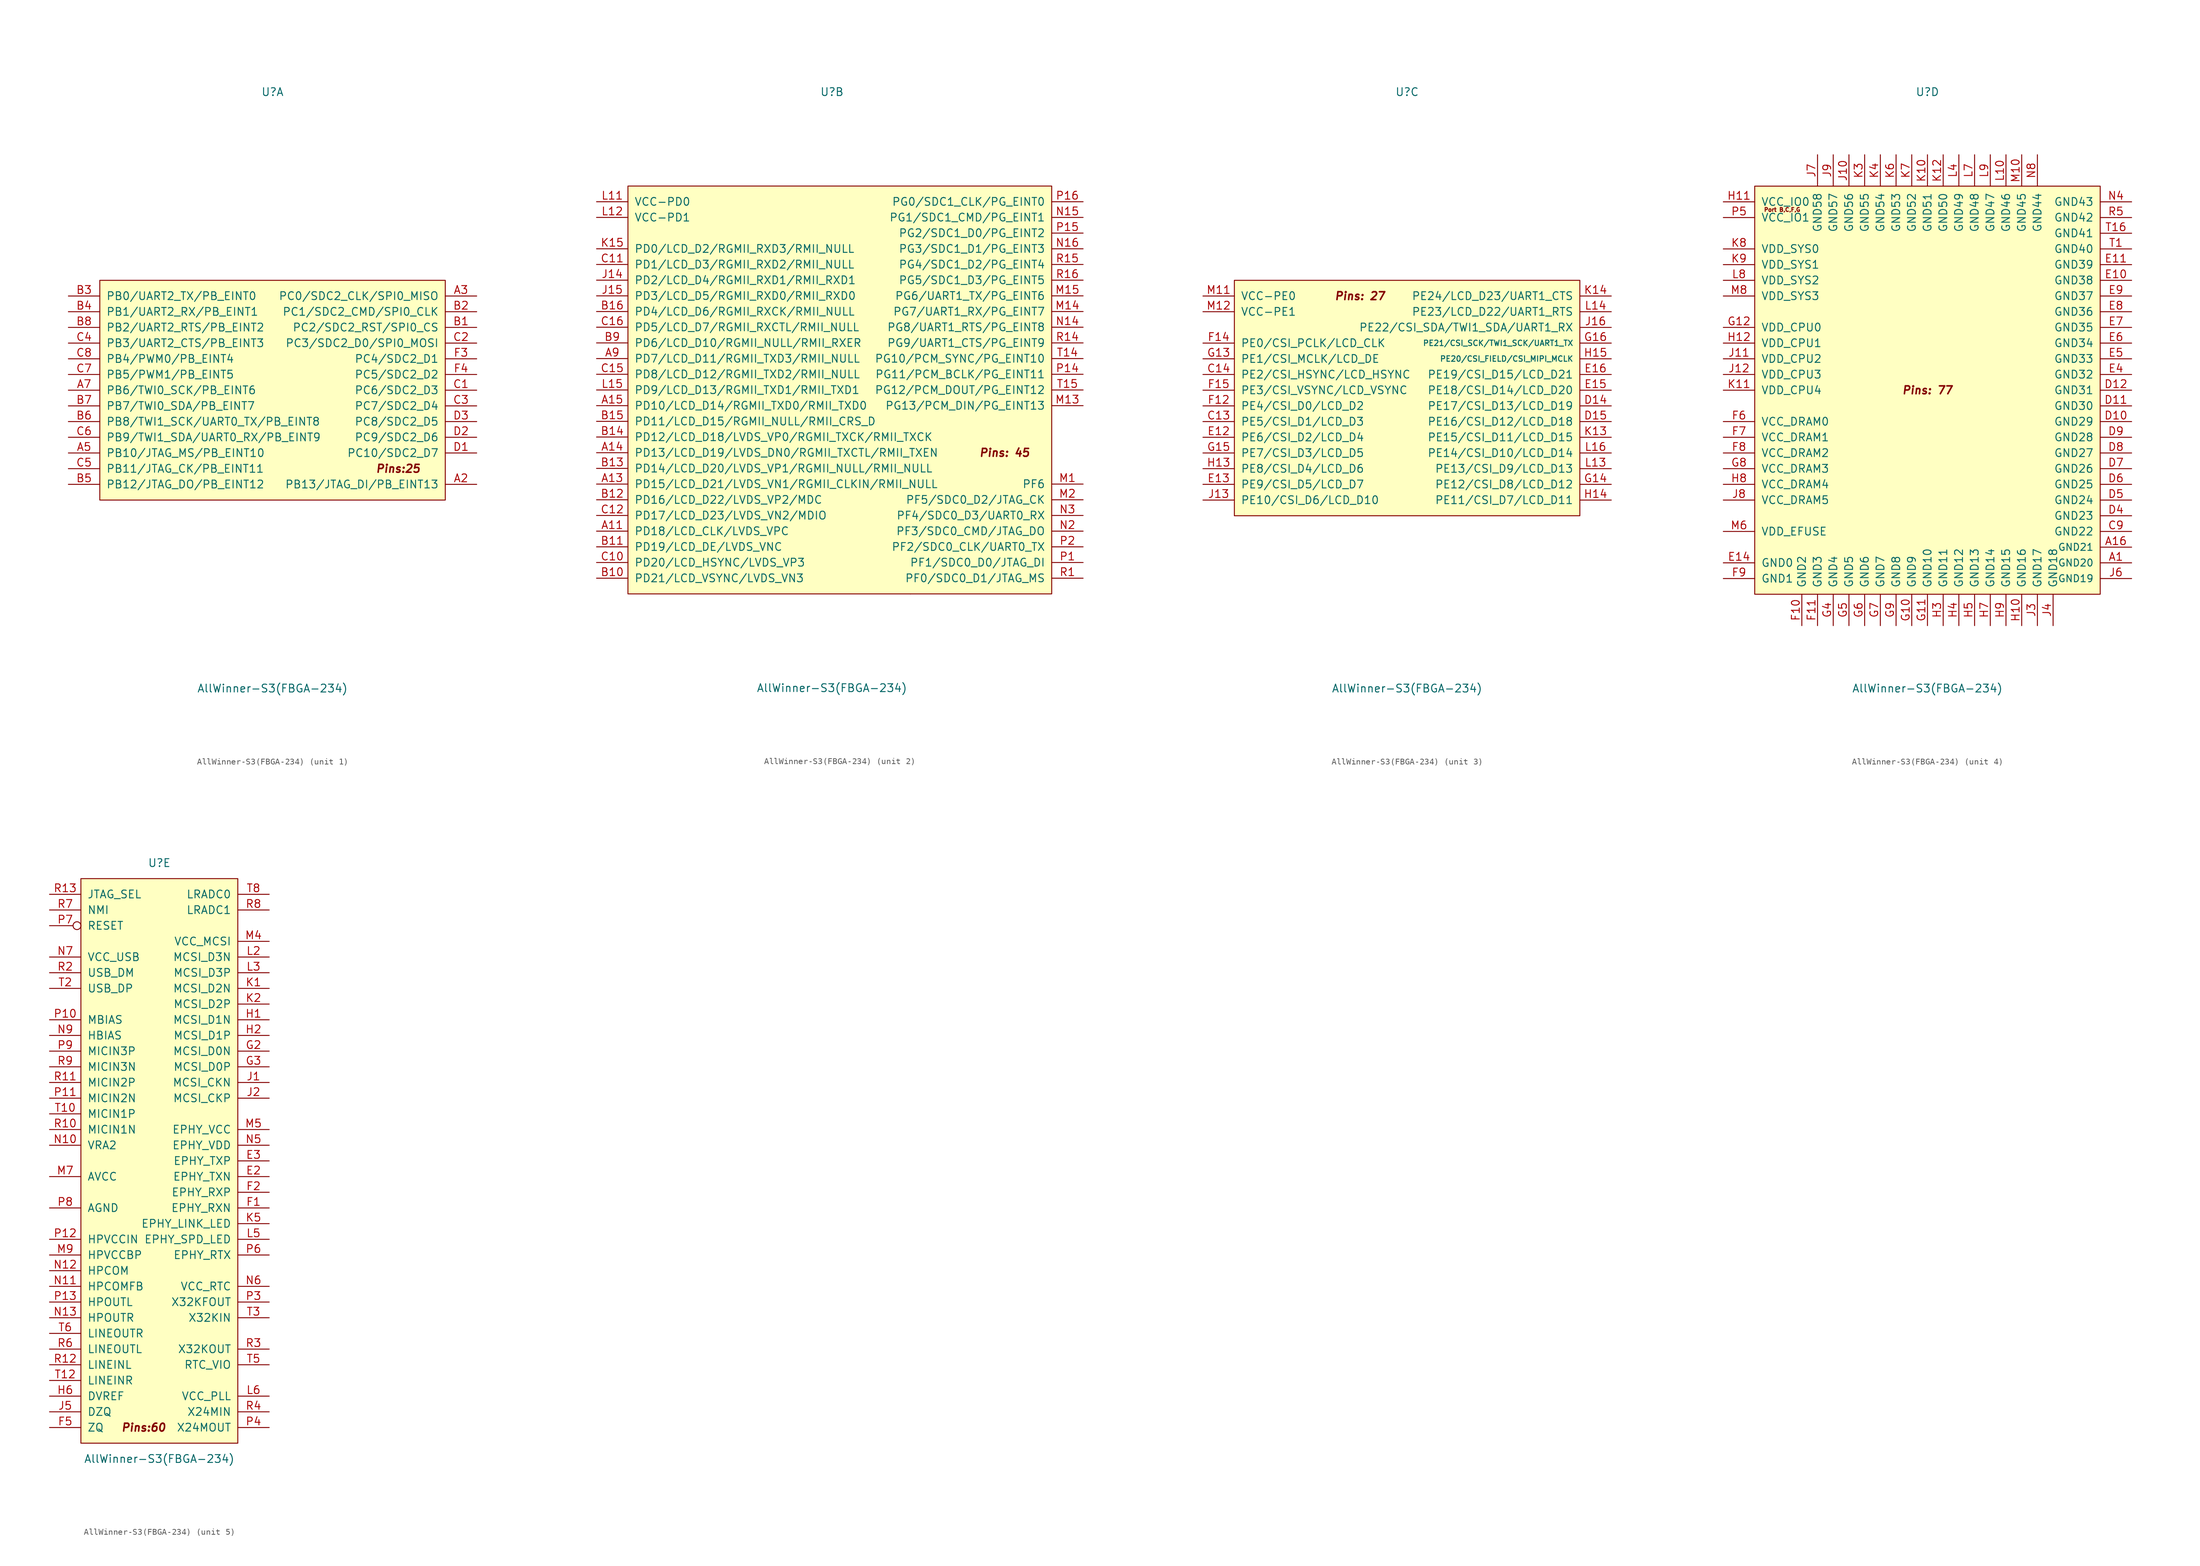
<source format=kicad_sym>
(kicad_symbol_lib
  (version 20220914)
  (generator kicad_symbol_editor)
  (symbol "AllWinner-S3(FBGA-234)"
    (pin_names
      (offset 1.016))
    (property "Reference" "U"
      (at 0 48.26 0)
      (effects (font (size 1.27 1.27))))
    (property "Value" "AllWinner-S3(FBGA-234)"
      (at 0 -48.26 0)
      (effects (font (size 1.27 1.27))))
    (symbol "AllWinner-S3(FBGA-234)_1_0"
      (rectangle (start 27.94 17.78) (end -27.94 -17.78) (stroke (width 0) (type solid)) (fill (type background)))
      (text "Pins:25" (at 20.32 -12.7 0) (effects (font (size 1.27 1.27) bold italic))))
    (symbol "AllWinner-S3(FBGA-234)_1_1"
      (pin bidirectional line (at 33.02 -15.24 180) (length 5.08) (name "PB13/JTAG_DI/PB_EINT13" (effects (font (size 1.27 1.27)))) (number "A2" (effects (font (size 1.27 1.27)))))
      (pin bidirectional line (at 33.02 15.24 180) (length 5.08) (name "PC0/SDC2_CLK/SPI0_MISO" (effects (font (size 1.27 1.27)))) (number "A3" (effects (font (size 1.27 1.27)))))
      (pin bidirectional line (at -33.02 -10.16 0) (length 5.08) (name "PB10/JTAG_MS/PB_EINT10" (effects (font (size 1.27 1.27)))) (number "A5" (effects (font (size 1.27 1.27)))))
      (pin bidirectional line (at -33.02 0 0) (length 5.08) (name "PB6/TWI0_SCK/PB_EINT6" (effects (font (size 1.27 1.27)))) (number "A7" (effects (font (size 1.27 1.27)))))
      (pin bidirectional line (at 33.02 10.16 180) (length 5.08) (name "PC2/SDC2_RST/SPI0_CS" (effects (font (size 1.27 1.27)))) (number "B1" (effects (font (size 1.27 1.27)))))
      (pin bidirectional line (at 33.02 12.7 180) (length 5.08) (name "PC1/SDC2_CMD/SPI0_CLK" (effects (font (size 1.27 1.27)))) (number "B2" (effects (font (size 1.27 1.27)))))
      (pin bidirectional line (at -33.02 15.24 0) (length 5.08) (name "PB0/UART2_TX/PB_EINT0" (effects (font (size 1.27 1.27)))) (number "B3" (effects (font (size 1.27 1.27)))))
      (pin bidirectional line (at -33.02 12.7 0) (length 5.08) (name "PB1/UART2_RX/PB_EINT1" (effects (font (size 1.27 1.27)))) (number "B4" (effects (font (size 1.27 1.27)))))
      (pin bidirectional line (at -33.02 -15.24 0) (length 5.08) (name "PB12/JTAG_DO/PB_EINT12" (effects (font (size 1.27 1.27)))) (number "B5" (effects (font (size 1.27 1.27)))))
      (pin bidirectional line (at -33.02 -5.08 0) (length 5.08) (name "PB8/TWI1_SCK/UART0_TX/PB_EINT8" (effects (font (size 1.27 1.27)))) (number "B6" (effects (font (size 1.27 1.27)))))
      (pin bidirectional line (at -33.02 -2.54 0) (length 5.08) (name "PB7/TWI0_SDA/PB_EINT7" (effects (font (size 1.27 1.27)))) (number "B7" (effects (font (size 1.27 1.27)))))
      (pin bidirectional line (at -33.02 10.16 0) (length 5.08) (name "PB2/UART2_RTS/PB_EINT2" (effects (font (size 1.27 1.27)))) (number "B8" (effects (font (size 1.27 1.27)))))
      (pin bidirectional line (at 33.02 0 180) (length 5.08) (name "PC6/SDC2_D3" (effects (font (size 1.27 1.27)))) (number "C1" (effects (font (size 1.27 1.27)))))
      (pin bidirectional line (at 33.02 7.62 180) (length 5.08) (name "PC3/SDC2_D0/SPI0_MOSI" (effects (font (size 1.27 1.27)))) (number "C2" (effects (font (size 1.27 1.27)))))
      (pin bidirectional line (at 33.02 -2.54 180) (length 5.08) (name "PC7/SDC2_D4" (effects (font (size 1.27 1.27)))) (number "C3" (effects (font (size 1.27 1.27)))))
      (pin bidirectional line (at -33.02 7.62 0) (length 5.08) (name "PB3/UART2_CTS/PB_EINT3" (effects (font (size 1.27 1.27)))) (number "C4" (effects (font (size 1.27 1.27)))))
      (pin bidirectional line (at -33.02 -12.7 0) (length 5.08) (name "PB11/JTAG_CK/PB_EINT11" (effects (font (size 1.27 1.27)))) (number "C5" (effects (font (size 1.27 1.27)))))
      (pin bidirectional line (at -33.02 -7.62 0) (length 5.08) (name "PB9/TWI1_SDA/UART0_RX/PB_EINT9" (effects (font (size 1.27 1.27)))) (number "C6" (effects (font (size 1.27 1.27)))))
      (pin bidirectional line (at -33.02 2.54 0) (length 5.08) (name "PB5/PWM1/PB_EINT5" (effects (font (size 1.27 1.27)))) (number "C7" (effects (font (size 1.27 1.27)))))
      (pin bidirectional line (at -33.02 5.08 0) (length 5.08) (name "PB4/PWM0/PB_EINT4" (effects (font (size 1.27 1.27)))) (number "C8" (effects (font (size 1.27 1.27)))))
      (pin bidirectional line (at 33.02 -10.16 180) (length 5.08) (name "PC10/SDC2_D7" (effects (font (size 1.27 1.27)))) (number "D1" (effects (font (size 1.27 1.27)))))
      (pin bidirectional line (at 33.02 -7.62 180) (length 5.08) (name "PC9/SDC2_D6" (effects (font (size 1.27 1.27)))) (number "D2" (effects (font (size 1.27 1.27)))))
      (pin bidirectional line (at 33.02 -5.08 180) (length 5.08) (name "PC8/SDC2_D5" (effects (font (size 1.27 1.27)))) (number "D3" (effects (font (size 1.27 1.27)))))
      (pin bidirectional line (at 33.02 5.08 180) (length 5.08) (name "PC4/SDC2_D1" (effects (font (size 1.27 1.27)))) (number "F3" (effects (font (size 1.27 1.27)))))
      (pin bidirectional line (at 33.02 2.54 180) (length 5.08) (name "PC5/SDC2_D2" (effects (font (size 1.27 1.27)))) (number "F4" (effects (font (size 1.27 1.27))))))
    (symbol "AllWinner-S3(FBGA-234)_2_0"
      (rectangle (start -33.02 33.02) (end 35.56 -33.02) (stroke (width 0) (type solid)) (fill (type background)))
      (rectangle (start 12.7 -33.02) (end 12.7 -33.02) (stroke (width 0) (type solid)) (fill (type none)))
      (text "Pins: 45" (at 27.94 -10.16 0) (effects (font (size 1.27 1.27) bold italic))))
    (symbol "AllWinner-S3(FBGA-234)_2_1"
      (pin bidirectional line (at -38.1 -22.86 0) (length 5.08) (name "PD18/LCD_CLK/LVDS_VPC" (effects (font (size 1.27 1.27)))) (number "A11" (effects (font (size 1.27 1.27)))))
      (pin bidirectional line (at -38.1 -15.24 0) (length 5.08) (name "PD15/LCD_D21/LVDS_VN1/RGMII_CLKIN/RMII_NULL" (effects (font (size 1.27 1.27)))) (number "A13" (effects (font (size 1.27 1.27)))))
      (pin bidirectional line (at -38.1 -10.16 0) (length 5.08) (name "PD13/LCD_D19/LVDS_DN0/RGMII_TXCTL/RMII_TXEN" (effects (font (size 1.27 1.27)))) (number "A14" (effects (font (size 1.27 1.27)))))
      (pin bidirectional line (at -38.1 -2.54 0) (length 5.08) (name "PD10/LCD_D14/RGMII_TXD0/RMII_TXD0" (effects (font (size 1.27 1.27)))) (number "A15" (effects (font (size 1.27 1.27)))))
      (pin bidirectional line (at -38.1 5.08 0) (length 5.08) (name "PD7/LCD_D11/RGMII_TXD3/RMII_NULL" (effects (font (size 1.27 1.27)))) (number "A9" (effects (font (size 1.27 1.27)))))
      (pin bidirectional line (at -38.1 -30.48 0) (length 5.08) (name "PD21/LCD_VSYNC/LVDS_VN3" (effects (font (size 1.27 1.27)))) (number "B10" (effects (font (size 1.27 1.27)))))
      (pin bidirectional line (at -38.1 -25.4 0) (length 5.08) (name "PD19/LCD_DE/LVDS_VNC" (effects (font (size 1.27 1.27)))) (number "B11" (effects (font (size 1.27 1.27)))))
      (pin bidirectional line (at -38.1 -17.78 0) (length 5.08) (name "PD16/LCD_D22/LVDS_VP2/MDC" (effects (font (size 1.27 1.27)))) (number "B12" (effects (font (size 1.27 1.27)))))
      (pin bidirectional line (at -38.1 -12.7 0) (length 5.08) (name "PD14/LCD_D20/LVDS_VP1/RGMII_NULL/RMII_NULL" (effects (font (size 1.27 1.27)))) (number "B13" (effects (font (size 1.27 1.27)))))
      (pin bidirectional line (at -38.1 -7.62 0) (length 5.08) (name "PD12/LCD_D18/LVDS_VP0/RGMII_TXCK/RMII_TXCK" (effects (font (size 1.27 1.27)))) (number "B14" (effects (font (size 1.27 1.27)))))
      (pin bidirectional line (at -38.1 -5.08 0) (length 5.08) (name "PD11/LCD_D15/RGMII_NULL/RMII_CRS_D" (effects (font (size 1.27 1.27)))) (number "B15" (effects (font (size 1.27 1.27)))))
      (pin bidirectional line (at -38.1 12.7 0) (length 5.08) (name "PD4/LCD_D6/RGMII_RXCK/RMII_NULL" (effects (font (size 1.27 1.27)))) (number "B16" (effects (font (size 1.27 1.27)))))
      (pin bidirectional line (at -38.1 7.62 0) (length 5.08) (name "PD6/LCD_D10/RGMII_NULL/RMII_RXER" (effects (font (size 1.27 1.27)))) (number "B9" (effects (font (size 1.27 1.27)))))
      (pin bidirectional line (at -38.1 -27.94 0) (length 5.08) (name "PD20/LCD_HSYNC/LVDS_VP3" (effects (font (size 1.27 1.27)))) (number "C10" (effects (font (size 1.27 1.27)))))
      (pin bidirectional line (at -38.1 20.32 0) (length 5.08) (name "PD1/LCD_D3/RGMII_RXD2/RMII_NULL" (effects (font (size 1.27 1.27)))) (number "C11" (effects (font (size 1.27 1.27)))))
      (pin bidirectional line (at -38.1 -20.32 0) (length 5.08) (name "PD17/LCD_D23/LVDS_VN2/MDIO" (effects (font (size 1.27 1.27)))) (number "C12" (effects (font (size 1.27 1.27)))))
      (pin bidirectional line (at -38.1 2.54 0) (length 5.08) (name "PD8/LCD_D12/RGMII_TXD2/RMII_NULL" (effects (font (size 1.27 1.27)))) (number "C15" (effects (font (size 1.27 1.27)))))
      (pin bidirectional line (at -38.1 10.16 0) (length 5.08) (name "PD5/LCD_D7/RGMII_RXCTL/RMII_NULL" (effects (font (size 1.27 1.27)))) (number "C16" (effects (font (size 1.27 1.27)))))
      (pin bidirectional line (at -38.1 17.78 0) (length 5.08) (name "PD2/LCD_D4/RGMII_RXD1/RMII_RXD1" (effects (font (size 1.27 1.27)))) (number "J14" (effects (font (size 1.27 1.27)))))
      (pin bidirectional line (at -38.1 15.24 0) (length 5.08) (name "PD3/LCD_D5/RGMII_RXD0/RMII_RXD0" (effects (font (size 1.27 1.27)))) (number "J15" (effects (font (size 1.27 1.27)))))
      (pin bidirectional line (at -38.1 22.86 0) (length 5.08) (name "PD0/LCD_D2/RGMII_RXD3/RMII_NULL" (effects (font (size 1.27 1.27)))) (number "K15" (effects (font (size 1.27 1.27)))))
      (pin power_in line (at -38.1 30.48 0) (length 5.08) (name "VCC-PD0" (effects (font (size 1.27 1.27)))) (number "L11" (effects (font (size 1.27 1.27)))))
      (pin power_in line (at -38.1 27.94 0) (length 5.08) (name "VCC-PD1" (effects (font (size 1.27 1.27)))) (number "L12" (effects (font (size 1.27 1.27)))))
      (pin bidirectional line (at -38.1 0 0) (length 5.08) (name "PD9/LCD_D13/RGMII_TXD1/RMII_TXD1" (effects (font (size 1.27 1.27)))) (number "L15" (effects (font (size 1.27 1.27)))))
      (pin bidirectional line (at 40.64 -15.24 180) (length 5.08) (name "PF6" (effects (font (size 1.27 1.27)))) (number "M1" (effects (font (size 1.27 1.27)))))
      (pin bidirectional line (at 40.64 -2.54 180) (length 5.08) (name "PG13/PCM_DIN/PG_EINT13" (effects (font (size 1.27 1.27)))) (number "M13" (effects (font (size 1.27 1.27)))))
      (pin bidirectional line (at 40.64 12.7 180) (length 5.08) (name "PG7/UART1_RX/PG_EINT7" (effects (font (size 1.27 1.27)))) (number "M14" (effects (font (size 1.27 1.27)))))
      (pin bidirectional line (at 40.64 15.24 180) (length 5.08) (name "PG6/UART1_TX/PG_EINT6" (effects (font (size 1.27 1.27)))) (number "M15" (effects (font (size 1.27 1.27)))))
      (pin bidirectional line (at 40.64 -17.78 180) (length 5.08) (name "PF5/SDC0_D2/JTAG_CK" (effects (font (size 1.27 1.27)))) (number "M2" (effects (font (size 1.27 1.27)))))
      (pin bidirectional line (at 40.64 10.16 180) (length 5.08) (name "PG8/UART1_RTS/PG_EINT8" (effects (font (size 1.27 1.27)))) (number "N14" (effects (font (size 1.27 1.27)))))
      (pin bidirectional line (at 40.64 27.94 180) (length 5.08) (name "PG1/SDC1_CMD/PG_EINT1" (effects (font (size 1.27 1.27)))) (number "N15" (effects (font (size 1.27 1.27)))))
      (pin bidirectional line (at 40.64 22.86 180) (length 5.08) (name "PG3/SDC1_D1/PG_EINT3" (effects (font (size 1.27 1.27)))) (number "N16" (effects (font (size 1.27 1.27)))))
      (pin bidirectional line (at 40.64 -22.86 180) (length 5.08) (name "PF3/SDC0_CMD/JTAG_DO" (effects (font (size 1.27 1.27)))) (number "N2" (effects (font (size 1.27 1.27)))))
      (pin bidirectional line (at 40.64 -20.32 180) (length 5.08) (name "PF4/SDC0_D3/UART0_RX" (effects (font (size 1.27 1.27)))) (number "N3" (effects (font (size 1.27 1.27)))))
      (pin bidirectional line (at 40.64 -27.94 180) (length 5.08) (name "PF1/SDC0_D0/JTAG_DI" (effects (font (size 1.27 1.27)))) (number "P1" (effects (font (size 1.27 1.27)))))
      (pin bidirectional line (at 40.64 2.54 180) (length 5.08) (name "PG11/PCM_BCLK/PG_EINT11" (effects (font (size 1.27 1.27)))) (number "P14" (effects (font (size 1.27 1.27)))))
      (pin bidirectional line (at 40.64 25.4 180) (length 5.08) (name "PG2/SDC1_D0/PG_EINT2" (effects (font (size 1.27 1.27)))) (number "P15" (effects (font (size 1.27 1.27)))))
      (pin bidirectional line (at 40.64 30.48 180) (length 5.08) (name "PG0/SDC1_CLK/PG_EINT0" (effects (font (size 1.27 1.27)))) (number "P16" (effects (font (size 1.27 1.27)))))
      (pin bidirectional line (at 40.64 -25.4 180) (length 5.08) (name "PF2/SDC0_CLK/UART0_TX" (effects (font (size 1.27 1.27)))) (number "P2" (effects (font (size 1.27 1.27)))))
      (pin bidirectional line (at 40.64 -30.48 180) (length 5.08) (name "PF0/SDC0_D1/JTAG_MS" (effects (font (size 1.27 1.27)))) (number "R1" (effects (font (size 1.27 1.27)))))
      (pin bidirectional line (at 40.64 7.62 180) (length 5.08) (name "PG9/UART1_CTS/PG_EINT9" (effects (font (size 1.27 1.27)))) (number "R14" (effects (font (size 1.27 1.27)))))
      (pin bidirectional line (at 40.64 20.32 180) (length 5.08) (name "PG4/SDC1_D2/PG_EINT4" (effects (font (size 1.27 1.27)))) (number "R15" (effects (font (size 1.27 1.27)))))
      (pin bidirectional line (at 40.64 17.78 180) (length 5.08) (name "PG5/SDC1_D3/PG_EINT5" (effects (font (size 1.27 1.27)))) (number "R16" (effects (font (size 1.27 1.27)))))
      (pin bidirectional line (at 40.64 5.08 180) (length 5.08) (name "PG10/PCM_SYNC/PG_EINT10" (effects (font (size 1.27 1.27)))) (number "T14" (effects (font (size 1.27 1.27)))))
      (pin bidirectional line (at 40.64 0 180) (length 5.08) (name "PG12/PCM_DOUT/PG_EINT12" (effects (font (size 1.27 1.27)))) (number "T15" (effects (font (size 1.27 1.27))))))
    (symbol "AllWinner-S3(FBGA-234)_3_0"
      (rectangle (start -27.94 17.78) (end 27.94 -20.32) (stroke (width 0) (type solid)) (fill (type background)))
      (text "Pins: 27" (at -7.62 15.24 0) (effects (font (size 1.27 1.27) bold italic))))
    (symbol "AllWinner-S3(FBGA-234)_3_1"
      (pin bidirectional line (at -33.02 -5.08 0) (length 5.08) (name "PE5/CSI_D1/LCD_D3" (effects (font (size 1.27 1.27)))) (number "C13" (effects (font (size 1.27 1.27)))))
      (pin bidirectional line (at -33.02 2.54 0) (length 5.08) (name "PE2/CSI_HSYNC/LCD_HSYNC" (effects (font (size 1.27 1.27)))) (number "C14" (effects (font (size 1.27 1.27)))))
      (pin bidirectional line (at 33.02 -2.54 180) (length 5.08) (name "PE17/CSI_D13/LCD_D19" (effects (font (size 1.27 1.27)))) (number "D14" (effects (font (size 1.27 1.27)))))
      (pin bidirectional line (at 33.02 -5.08 180) (length 5.08) (name "PE16/CSI_D12/LCD_D18" (effects (font (size 1.27 1.27)))) (number "D15" (effects (font (size 1.27 1.27)))))
      (pin bidirectional line (at -33.02 -7.62 0) (length 5.08) (name "PE6/CSI_D2/LCD_D4" (effects (font (size 1.27 1.27)))) (number "E12" (effects (font (size 1.27 1.27)))))
      (pin bidirectional line (at -33.02 -15.24 0) (length 5.08) (name "PE9/CSI_D5/LCD_D7" (effects (font (size 1.27 1.27)))) (number "E13" (effects (font (size 1.27 1.27)))))
      (pin bidirectional line (at 33.02 0 180) (length 5.08) (name "PE18/CSI_D14/LCD_D20" (effects (font (size 1.27 1.27)))) (number "E15" (effects (font (size 1.27 1.27)))))
      (pin bidirectional line (at 33.02 2.54 180) (length 5.08) (name "PE19/CSI_D15/LCD_D21" (effects (font (size 1.27 1.27)))) (number "E16" (effects (font (size 1.27 1.27)))))
      (pin bidirectional line (at -33.02 -2.54 0) (length 5.08) (name "PE4/CSI_D0/LCD_D2" (effects (font (size 1.27 1.27)))) (number "F12" (effects (font (size 1.27 1.27)))))
      (pin bidirectional line (at -33.02 7.62 0) (length 5.08) (name "PE0/CSI_PCLK/LCD_CLK" (effects (font (size 1.27 1.27)))) (number "F14" (effects (font (size 1.27 1.27)))))
      (pin bidirectional line (at -33.02 0 0) (length 5.08) (name "PE3/CSI_VSYNC/LCD_VSYNC" (effects (font (size 1.27 1.27)))) (number "F15" (effects (font (size 1.27 1.27)))))
      (pin bidirectional line (at -33.02 5.08 0) (length 5.08) (name "PE1/CSI_MCLK/LCD_DE" (effects (font (size 1.27 1.27)))) (number "G13" (effects (font (size 1.27 1.27)))))
      (pin bidirectional line (at 33.02 -15.24 180) (length 5.08) (name "PE12/CSI_D8/LCD_D12" (effects (font (size 1.27 1.27)))) (number "G14" (effects (font (size 1.27 1.27)))))
      (pin bidirectional line (at -33.02 -10.16 0) (length 5.08) (name "PE7/CSI_D3/LCD_D5" (effects (font (size 1.27 1.27)))) (number "G15" (effects (font (size 1.27 1.27)))))
      (pin bidirectional line (at 33.02 7.62 180) (length 5.08) (name "PE21/CSI_SCK/TWI1_SCK/UART1_TX" (effects (font (size 0.889 0.889)))) (number "G16" (effects (font (size 1.27 1.27)))))
      (pin bidirectional line (at -33.02 -12.7 0) (length 5.08) (name "PE8/CSI_D4/LCD_D6" (effects (font (size 1.27 1.27)))) (number "H13" (effects (font (size 1.27 1.27)))))
      (pin bidirectional line (at 33.02 -17.78 180) (length 5.08) (name "PE11/CSI_D7/LCD_D11" (effects (font (size 1.27 1.27)))) (number "H14" (effects (font (size 1.27 1.27)))))
      (pin bidirectional line (at 33.02 5.08 180) (length 5.08) (name "PE20/CSI_FIELD/CSI_MIPI_MCLK" (effects (font (size 0.889 0.889)))) (number "H15" (effects (font (size 1.27 1.27)))))
      (pin bidirectional line (at -33.02 -17.78 0) (length 5.08) (name "PE10/CSI_D6/LCD_D10" (effects (font (size 1.27 1.27)))) (number "J13" (effects (font (size 1.27 1.27)))))
      (pin bidirectional line (at 33.02 10.16 180) (length 5.08) (name "PE22/CSI_SDA/TWI1_SDA/UART1_RX" (effects (font (size 1.27 1.27)))) (number "J16" (effects (font (size 1.27 1.27)))))
      (pin bidirectional line (at 33.02 -7.62 180) (length 5.08) (name "PE15/CSI_D11/LCD_D15" (effects (font (size 1.27 1.27)))) (number "K13" (effects (font (size 1.27 1.27)))))
      (pin bidirectional line (at 33.02 15.24 180) (length 5.08) (name "PE24/LCD_D23/UART1_CTS" (effects (font (size 1.27 1.27)))) (number "K14" (effects (font (size 1.27 1.27)))))
      (pin bidirectional line (at 33.02 -12.7 180) (length 5.08) (name "PE13/CSI_D9/LCD_D13" (effects (font (size 1.27 1.27)))) (number "L13" (effects (font (size 1.27 1.27)))))
      (pin bidirectional line (at 33.02 12.7 180) (length 5.08) (name "PE23/LCD_D22/UART1_RTS" (effects (font (size 1.27 1.27)))) (number "L14" (effects (font (size 1.27 1.27)))))
      (pin bidirectional line (at 33.02 -10.16 180) (length 5.08) (name "PE14/CSI_D10/LCD_D14" (effects (font (size 1.27 1.27)))) (number "L16" (effects (font (size 1.27 1.27)))))
      (pin power_in line (at -33.02 15.24 0) (length 5.08) (name "VCC-PE0" (effects (font (size 1.27 1.27)))) (number "M11" (effects (font (size 1.27 1.27)))))
      (pin power_in line (at -33.02 12.7 0) (length 5.08) (name "VCC-PE1" (effects (font (size 1.27 1.27)))) (number "M12" (effects (font (size 1.27 1.27))))))
    (symbol "AllWinner-S3(FBGA-234)_4_0"
      (rectangle (start -27.94 33.02) (end 27.94 -33.02) (stroke (width 0) (type solid)) (fill (type background)))
      (text "Pins: 77" (at 0 0 0) (effects (font (size 1.27 1.27) bold italic)))
      (text "Port B,C,F,G" (at -23.495 29.21 0) (effects (font (size 0.635 0.635)))))
    (symbol "AllWinner-S3(FBGA-234)_4_1"
      (pin power_in line (at 33.02 -27.94 180) (length 5.08) (name "GND20" (effects (font (size 1.143 1.143)))) (number "A1" (effects (font (size 1.27 1.27)))))
      (pin power_in line (at 33.02 -25.4 180) (length 5.08) (name "GND21" (effects (font (size 1.143 1.143)))) (number "A16" (effects (font (size 1.27 1.27)))))
      (pin power_in line (at 33.02 -22.86 180) (length 5.08) (name "GND22" (effects (font (size 1.27 1.27)))) (number "C9" (effects (font (size 1.27 1.27)))))
      (pin power_in line (at 33.02 -5.08 180) (length 5.08) (name "GND29" (effects (font (size 1.27 1.27)))) (number "D10" (effects (font (size 1.27 1.27)))))
      (pin power_in line (at 33.02 -2.54 180) (length 5.08) (name "GND30" (effects (font (size 1.27 1.27)))) (number "D11" (effects (font (size 1.27 1.27)))))
      (pin power_in line (at 33.02 0 180) (length 5.08) (name "GND31" (effects (font (size 1.27 1.27)))) (number "D12" (effects (font (size 1.27 1.27)))))
      (pin power_in line (at 33.02 -20.32 180) (length 5.08) (name "GND23" (effects (font (size 1.27 1.27)))) (number "D4" (effects (font (size 1.27 1.27)))))
      (pin power_in line (at 33.02 -17.78 180) (length 5.08) (name "GND24" (effects (font (size 1.27 1.27)))) (number "D5" (effects (font (size 1.27 1.27)))))
      (pin power_in line (at 33.02 -15.24 180) (length 5.08) (name "GND25" (effects (font (size 1.27 1.27)))) (number "D6" (effects (font (size 1.27 1.27)))))
      (pin power_in line (at 33.02 -12.7 180) (length 5.08) (name "GND26" (effects (font (size 1.27 1.27)))) (number "D7" (effects (font (size 1.27 1.27)))))
      (pin power_in line (at 33.02 -10.16 180) (length 5.08) (name "GND27" (effects (font (size 1.27 1.27)))) (number "D8" (effects (font (size 1.27 1.27)))))
      (pin power_in line (at 33.02 -7.62 180) (length 5.08) (name "GND28" (effects (font (size 1.27 1.27)))) (number "D9" (effects (font (size 1.27 1.27)))))
      (pin power_in line (at 33.02 17.78 180) (length 5.08) (name "GND38" (effects (font (size 1.27 1.27)))) (number "E10" (effects (font (size 1.27 1.27)))))
      (pin power_in line (at 33.02 20.32 180) (length 5.08) (name "GND39" (effects (font (size 1.27 1.27)))) (number "E11" (effects (font (size 1.27 1.27)))))
      (pin power_in line (at -33.02 -27.94 0) (length 5.08) (name "GND0" (effects (font (size 1.27 1.27)))) (number "E14" (effects (font (size 1.27 1.27)))))
      (pin power_in line (at 33.02 2.54 180) (length 5.08) (name "GND32" (effects (font (size 1.27 1.27)))) (number "E4" (effects (font (size 1.27 1.27)))))
      (pin bidirectional line (at 33.02 5.08 180) (length 5.08) (name "GND33" (effects (font (size 1.27 1.27)))) (number "E5" (effects (font (size 1.27 1.27)))))
      (pin bidirectional line (at 33.02 7.62 180) (length 5.08) (name "GND34" (effects (font (size 1.27 1.27)))) (number "E6" (effects (font (size 1.27 1.27)))))
      (pin power_in line (at 33.02 10.16 180) (length 5.08) (name "GND35" (effects (font (size 1.27 1.27)))) (number "E7" (effects (font (size 1.27 1.27)))))
      (pin power_in line (at 33.02 12.7 180) (length 5.08) (name "GND36" (effects (font (size 1.27 1.27)))) (number "E8" (effects (font (size 1.27 1.27)))))
      (pin power_in line (at 33.02 15.24 180) (length 5.08) (name "GND37" (effects (font (size 1.27 1.27)))) (number "E9" (effects (font (size 1.27 1.27)))))
      (pin power_in line (at -20.32 -38.1 90) (length 5.08) (name "GND2" (effects (font (size 1.27 1.27)))) (number "F10" (effects (font (size 1.27 1.27)))))
      (pin power_in line (at -17.78 -38.1 90) (length 5.08) (name "GND3" (effects (font (size 1.27 1.27)))) (number "F11" (effects (font (size 1.27 1.27)))))
      (pin power_in line (at -33.02 -5.08 0) (length 5.08) (name "VCC_DRAM0" (effects (font (size 1.27 1.27)))) (number "F6" (effects (font (size 1.27 1.27)))))
      (pin power_in line (at -33.02 -7.62 0) (length 5.08) (name "VCC_DRAM1" (effects (font (size 1.27 1.27)))) (number "F7" (effects (font (size 1.27 1.27)))))
      (pin power_in line (at -33.02 -10.16 0) (length 5.08) (name "VCC_DRAM2" (effects (font (size 1.27 1.27)))) (number "F8" (effects (font (size 1.27 1.27)))))
      (pin power_in line (at -33.02 -30.48 0) (length 5.08) (name "GND1" (effects (font (size 1.27 1.27)))) (number "F9" (effects (font (size 1.27 1.27)))))
      (pin power_in line (at -2.54 -38.1 90) (length 5.08) (name "GND9" (effects (font (size 1.27 1.27)))) (number "G10" (effects (font (size 1.27 1.27)))))
      (pin power_in line (at 0 -38.1 90) (length 5.08) (name "GND10" (effects (font (size 1.27 1.27)))) (number "G11" (effects (font (size 1.27 1.27)))))
      (pin power_in line (at -33.02 10.16 0) (length 5.08) (name "VDD_CPU0" (effects (font (size 1.27 1.27)))) (number "G12" (effects (font (size 1.27 1.27)))))
      (pin power_in line (at -15.24 -38.1 90) (length 5.08) (name "GND4" (effects (font (size 1.27 1.27)))) (number "G4" (effects (font (size 1.27 1.27)))))
      (pin power_in line (at -12.7 -38.1 90) (length 5.08) (name "GND5" (effects (font (size 1.27 1.27)))) (number "G5" (effects (font (size 1.27 1.27)))))
      (pin power_in line (at -10.16 -38.1 90) (length 5.08) (name "GND6" (effects (font (size 1.27 1.27)))) (number "G6" (effects (font (size 1.27 1.27)))))
      (pin power_in line (at -7.62 -38.1 90) (length 5.08) (name "GND7" (effects (font (size 1.27 1.27)))) (number "G7" (effects (font (size 1.27 1.27)))))
      (pin power_in line (at -33.02 -12.7 0) (length 5.08) (name "VCC_DRAM3" (effects (font (size 1.27 1.27)))) (number "G8" (effects (font (size 1.27 1.27)))))
      (pin power_in line (at -5.08 -38.1 90) (length 5.08) (name "GND8" (effects (font (size 1.27 1.27)))) (number "G9" (effects (font (size 1.27 1.27)))))
      (pin power_in line (at 15.24 -38.1 90) (length 5.08) (name "GND16" (effects (font (size 1.27 1.27)))) (number "H10" (effects (font (size 1.27 1.27)))))
      (pin power_in line (at -33.02 30.48 0) (length 5.08) (name "VCC_IO0" (effects (font (size 1.27 1.27)))) (number "H11" (effects (font (size 1.27 1.27)))))
      (pin power_in line (at -33.02 7.62 0) (length 5.08) (name "VDD_CPU1" (effects (font (size 1.27 1.27)))) (number "H12" (effects (font (size 1.27 1.27)))))
      (pin power_in line (at 2.54 -38.1 90) (length 5.08) (name "GND11" (effects (font (size 1.27 1.27)))) (number "H3" (effects (font (size 1.27 1.27)))))
      (pin power_in line (at 5.08 -38.1 90) (length 5.08) (name "GND12" (effects (font (size 1.27 1.27)))) (number "H4" (effects (font (size 1.27 1.27)))))
      (pin power_in line (at 7.62 -38.1 90) (length 5.08) (name "GND13" (effects (font (size 1.27 1.27)))) (number "H5" (effects (font (size 1.27 1.27)))))
      (pin power_in line (at 10.16 -38.1 90) (length 5.08) (name "GND14" (effects (font (size 1.27 1.27)))) (number "H7" (effects (font (size 1.27 1.27)))))
      (pin power_in line (at -33.02 -15.24 0) (length 5.08) (name "VCC_DRAM4" (effects (font (size 1.27 1.27)))) (number "H8" (effects (font (size 1.27 1.27)))))
      (pin power_in line (at 12.7 -38.1 90) (length 5.08) (name "GND15" (effects (font (size 1.27 1.27)))) (number "H9" (effects (font (size 1.27 1.27)))))
      (pin power_in line (at -12.7 38.1 270) (length 5.08) (name "GND56" (effects (font (size 1.27 1.27)))) (number "J10" (effects (font (size 1.27 1.27)))))
      (pin power_in line (at -33.02 5.08 0) (length 5.08) (name "VDD_CPU2" (effects (font (size 1.27 1.27)))) (number "J11" (effects (font (size 1.27 1.27)))))
      (pin power_in line (at -33.02 2.54 0) (length 5.08) (name "VDD_CPU3" (effects (font (size 1.27 1.27)))) (number "J12" (effects (font (size 1.27 1.27)))))
      (pin power_in line (at 17.78 -38.1 90) (length 5.08) (name "GND17" (effects (font (size 1.27 1.27)))) (number "J3" (effects (font (size 1.27 1.27)))))
      (pin power_in line (at 20.32 -38.1 90) (length 5.08) (name "GND18" (effects (font (size 1.27 1.27)))) (number "J4" (effects (font (size 1.27 1.27)))))
      (pin power_in line (at 33.02 -30.48 180) (length 5.08) (name "GND19" (effects (font (size 1.143 1.143)))) (number "J6" (effects (font (size 1.27 1.27)))))
      (pin power_in line (at -17.78 38.1 270) (length 5.08) (name "GND58" (effects (font (size 1.27 1.27)))) (number "J7" (effects (font (size 1.27 1.27)))))
      (pin power_in line (at -33.02 -17.78 0) (length 5.08) (name "VCC_DRAM5" (effects (font (size 1.27 1.27)))) (number "J8" (effects (font (size 1.27 1.27)))))
      (pin power_in line (at -15.24 38.1 270) (length 5.08) (name "GND57" (effects (font (size 1.27 1.27)))) (number "J9" (effects (font (size 1.27 1.27)))))
      (pin power_in line (at 0 38.1 270) (length 5.08) (name "GND51" (effects (font (size 1.27 1.27)))) (number "K10" (effects (font (size 1.27 1.27)))))
      (pin power_in line (at -33.02 0 0) (length 5.08) (name "VDD_CPU4" (effects (font (size 1.27 1.27)))) (number "K11" (effects (font (size 1.27 1.27)))))
      (pin power_in line (at 2.54 38.1 270) (length 5.08) (name "GND50" (effects (font (size 1.27 1.27)))) (number "K12" (effects (font (size 1.27 1.27)))))
      (pin power_in line (at -10.16 38.1 270) (length 5.08) (name "GND55" (effects (font (size 1.27 1.27)))) (number "K3" (effects (font (size 1.27 1.27)))))
      (pin power_in line (at -7.62 38.1 270) (length 5.08) (name "GND54" (effects (font (size 1.27 1.27)))) (number "K4" (effects (font (size 1.27 1.27)))))
      (pin power_in line (at -5.08 38.1 270) (length 5.08) (name "GND53" (effects (font (size 1.27 1.27)))) (number "K6" (effects (font (size 1.27 1.27)))))
      (pin power_in line (at -2.54 38.1 270) (length 5.08) (name "GND52" (effects (font (size 1.27 1.27)))) (number "K7" (effects (font (size 1.27 1.27)))))
      (pin power_in line (at -33.02 22.86 0) (length 5.08) (name "VDD_SYS0" (effects (font (size 1.27 1.27)))) (number "K8" (effects (font (size 1.27 1.27)))))
      (pin power_in line (at -33.02 20.32 0) (length 5.08) (name "VDD_SYS1" (effects (font (size 1.27 1.27)))) (number "K9" (effects (font (size 1.27 1.27)))))
      (pin power_in line (at 12.7 38.1 270) (length 5.08) (name "GND46" (effects (font (size 1.27 1.27)))) (number "L10" (effects (font (size 1.27 1.27)))))
      (pin power_in line (at 5.08 38.1 270) (length 5.08) (name "GND49" (effects (font (size 1.27 1.27)))) (number "L4" (effects (font (size 1.27 1.27)))))
      (pin power_in line (at 7.62 38.1 270) (length 5.08) (name "GND48" (effects (font (size 1.27 1.27)))) (number "L7" (effects (font (size 1.27 1.27)))))
      (pin power_in line (at -33.02 17.78 0) (length 5.08) (name "VDD_SYS2" (effects (font (size 1.27 1.27)))) (number "L8" (effects (font (size 1.27 1.27)))))
      (pin power_in line (at 10.16 38.1 270) (length 5.08) (name "GND47" (effects (font (size 1.27 1.27)))) (number "L9" (effects (font (size 1.27 1.27)))))
      (pin power_in line (at 15.24 38.1 270) (length 5.08) (name "GND45" (effects (font (size 1.27 1.27)))) (number "M10" (effects (font (size 1.27 1.27)))))
      (pin power_in line (at -33.02 -22.86 0) (length 5.08) (name "VDD_EFUSE" (effects (font (size 1.27 1.27)))) (number "M6" (effects (font (size 1.27 1.27)))))
      (pin power_in line (at -33.02 15.24 0) (length 5.08) (name "VDD_SYS3" (effects (font (size 1.27 1.27)))) (number "M8" (effects (font (size 1.27 1.27)))))
      (pin power_in line (at 33.02 30.48 180) (length 5.08) (name "GND43" (effects (font (size 1.27 1.27)))) (number "N4" (effects (font (size 1.27 1.27)))))
      (pin power_in line (at 17.78 38.1 270) (length 5.08) (name "GND44" (effects (font (size 1.27 1.27)))) (number "N8" (effects (font (size 1.27 1.27)))))
      (pin power_in line (at -33.02 27.94 0) (length 5.08) (name "VCC_IO1" (effects (font (size 1.27 1.27)))) (number "P5" (effects (font (size 1.27 1.27)))))
      (pin power_in line (at 33.02 27.94 180) (length 5.08) (name "GND42" (effects (font (size 1.27 1.27)))) (number "R5" (effects (font (size 1.27 1.27)))))
      (pin power_in line (at 33.02 22.86 180) (length 5.08) (name "GND40" (effects (font (size 1.27 1.27)))) (number "T1" (effects (font (size 1.27 1.27)))))
      (pin power_in line (at 33.02 25.4 180) (length 5.08) (name "GND41" (effects (font (size 1.27 1.27)))) (number "T16" (effects (font (size 1.27 1.27))))))
    (symbol "AllWinner-S3(FBGA-234)_5_0"
      (rectangle (start -12.7 -45.72) (end 12.7 45.72) (stroke (width 0) (type solid)) (fill (type background)))
      (text "Pins:60" (at -2.54 -43.18 0) (effects (font (size 1.27 1.27) bold italic))))
    (symbol "AllWinner-S3(FBGA-234)_5_1"
      (pin bidirectional line (at 17.78 -2.54 180) (length 5.08) (name "EPHY_TXN" (effects (font (size 1.27 1.27)))) (number "E2" (effects (font (size 1.27 1.27)))))
      (pin bidirectional line (at 17.78 0 180) (length 5.08) (name "EPHY_TXP" (effects (font (size 1.27 1.27)))) (number "E3" (effects (font (size 1.27 1.27)))))
      (pin bidirectional line (at 17.78 -7.62 180) (length 5.08) (name "EPHY_RXN" (effects (font (size 1.27 1.27)))) (number "F1" (effects (font (size 1.27 1.27)))))
      (pin bidirectional line (at 17.78 -5.08 180) (length 5.08) (name "EPHY_RXP" (effects (font (size 1.27 1.27)))) (number "F2" (effects (font (size 1.27 1.27)))))
      (pin input line (at -17.78 -43.18 0) (length 5.08) (name "ZQ" (effects (font (size 1.27 1.27)))) (number "F5" (effects (font (size 1.27 1.27)))))
      (pin bidirectional line (at 17.78 17.78 180) (length 5.08) (name "MCSI_D0N" (effects (font (size 1.27 1.27)))) (number "G2" (effects (font (size 1.27 1.27)))))
      (pin bidirectional line (at 17.78 15.24 180) (length 5.08) (name "MCSI_D0P" (effects (font (size 1.27 1.27)))) (number "G3" (effects (font (size 1.27 1.27)))))
      (pin bidirectional line (at 17.78 22.86 180) (length 5.08) (name "MCSI_D1N" (effects (font (size 1.27 1.27)))) (number "H1" (effects (font (size 1.27 1.27)))))
      (pin bidirectional line (at 17.78 20.32 180) (length 5.08) (name "MCSI_D1P" (effects (font (size 1.27 1.27)))) (number "H2" (effects (font (size 1.27 1.27)))))
      (pin input line (at -17.78 -38.1 0) (length 5.08) (name "DVREF" (effects (font (size 1.27 1.27)))) (number "H6" (effects (font (size 1.27 1.27)))))
      (pin bidirectional line (at 17.78 12.7 180) (length 5.08) (name "MCSI_CKN" (effects (font (size 1.27 1.27)))) (number "J1" (effects (font (size 1.27 1.27)))))
      (pin bidirectional line (at 17.78 10.16 180) (length 5.08) (name "MCSI_CKP" (effects (font (size 1.27 1.27)))) (number "J2" (effects (font (size 1.27 1.27)))))
      (pin input line (at -17.78 -40.64 0) (length 5.08) (name "DZQ" (effects (font (size 1.27 1.27)))) (number "J5" (effects (font (size 1.27 1.27)))))
      (pin bidirectional line (at 17.78 27.94 180) (length 5.08) (name "MCSI_D2N" (effects (font (size 1.27 1.27)))) (number "K1" (effects (font (size 1.27 1.27)))))
      (pin bidirectional line (at 17.78 25.4 180) (length 5.08) (name "MCSI_D2P" (effects (font (size 1.27 1.27)))) (number "K2" (effects (font (size 1.27 1.27)))))
      (pin bidirectional line (at 17.78 -10.16 180) (length 5.08) (name "EPHY_LINK_LED" (effects (font (size 1.27 1.27)))) (number "K5" (effects (font (size 1.27 1.27)))))
      (pin bidirectional line (at 17.78 33.02 180) (length 5.08) (name "MCSI_D3N" (effects (font (size 1.27 1.27)))) (number "L2" (effects (font (size 1.27 1.27)))))
      (pin bidirectional line (at 17.78 30.48 180) (length 5.08) (name "MCSI_D3P" (effects (font (size 1.27 1.27)))) (number "L3" (effects (font (size 1.27 1.27)))))
      (pin bidirectional line (at 17.78 -12.7 180) (length 5.08) (name "EPHY_SPD_LED" (effects (font (size 1.27 1.27)))) (number "L5" (effects (font (size 1.27 1.27)))))
      (pin power_in line (at 17.78 -38.1 180) (length 5.08) (name "VCC_PLL" (effects (font (size 1.27 1.27)))) (number "L6" (effects (font (size 1.27 1.27)))))
      (pin power_in line (at 17.78 35.56 180) (length 5.08) (name "VCC_MCSI" (effects (font (size 1.27 1.27)))) (number "M4" (effects (font (size 1.27 1.27)))))
      (pin power_in line (at 17.78 5.08 180) (length 5.08) (name "EPHY_VCC" (effects (font (size 1.27 1.27)))) (number "M5" (effects (font (size 1.27 1.27)))))
      (pin power_in line (at -17.78 -2.54 0) (length 5.08) (name "AVCC" (effects (font (size 1.27 1.27)))) (number "M7" (effects (font (size 1.27 1.27)))))
      (pin input line (at -17.78 -15.24 0) (length 5.08) (name "HPVCCBP" (effects (font (size 1.27 1.27)))) (number "M9" (effects (font (size 1.27 1.27)))))
      (pin input line (at -17.78 2.54 0) (length 5.08) (name "VRA2" (effects (font (size 1.27 1.27)))) (number "N10" (effects (font (size 1.27 1.27)))))
      (pin input line (at -17.78 -20.32 0) (length 5.08) (name "HPCOMFB" (effects (font (size 1.27 1.27)))) (number "N11" (effects (font (size 1.27 1.27)))))
      (pin bidirectional line (at -17.78 -17.78 0) (length 5.08) (name "HPCOM" (effects (font (size 1.27 1.27)))) (number "N12" (effects (font (size 1.27 1.27)))))
      (pin bidirectional line (at -17.78 -25.4 0) (length 5.08) (name "HPOUTR" (effects (font (size 1.27 1.27)))) (number "N13" (effects (font (size 1.27 1.27)))))
      (pin power_in line (at 17.78 2.54 180) (length 5.08) (name "EPHY_VDD" (effects (font (size 1.27 1.27)))) (number "N5" (effects (font (size 1.27 1.27)))))
      (pin power_in line (at 17.78 -20.32 180) (length 5.08) (name "VCC_RTC" (effects (font (size 1.27 1.27)))) (number "N6" (effects (font (size 1.27 1.27)))))
      (pin power_in line (at -17.78 33.02 0) (length 5.08) (name "VCC_USB" (effects (font (size 1.27 1.27)))) (number "N7" (effects (font (size 1.27 1.27)))))
      (pin input line (at -17.78 20.32 0) (length 5.08) (name "HBIAS" (effects (font (size 1.27 1.27)))) (number "N9" (effects (font (size 1.27 1.27)))))
      (pin input line (at -17.78 22.86 0) (length 5.08) (name "MBIAS" (effects (font (size 1.27 1.27)))) (number "P10" (effects (font (size 1.27 1.27)))))
      (pin bidirectional line (at -17.78 10.16 0) (length 5.08) (name "MICIN2N" (effects (font (size 1.27 1.27)))) (number "P11" (effects (font (size 1.27 1.27)))))
      (pin power_in line (at -17.78 -12.7 0) (length 5.08) (name "HPVCCIN" (effects (font (size 1.27 1.27)))) (number "P12" (effects (font (size 1.27 1.27)))))
      (pin bidirectional line (at -17.78 -22.86 0) (length 5.08) (name "HPOUTL" (effects (font (size 1.27 1.27)))) (number "P13" (effects (font (size 1.27 1.27)))))
      (pin output line (at 17.78 -22.86 180) (length 5.08) (name "X32KFOUT" (effects (font (size 1.27 1.27)))) (number "P3" (effects (font (size 1.27 1.27)))))
      (pin output line (at 17.78 -43.18 180) (length 5.08) (name "X24MOUT" (effects (font (size 1.27 1.27)))) (number "P4" (effects (font (size 1.27 1.27)))))
      (pin bidirectional line (at 17.78 -15.24 180) (length 5.08) (name "EPHY_RTX" (effects (font (size 1.27 1.27)))) (number "P6" (effects (font (size 1.27 1.27)))))
      (pin input inverted (at -17.78 38.1 0) (length 5.08) (name "RESET" (effects (font (size 1.27 1.27)))) (number "P7" (effects (font (size 1.27 1.27)))))
      (pin power_in line (at -17.78 -7.62 0) (length 5.08) (name "AGND" (effects (font (size 1.27 1.27)))) (number "P8" (effects (font (size 1.27 1.27)))))
      (pin bidirectional line (at -17.78 17.78 0) (length 5.08) (name "MICIN3P" (effects (font (size 1.27 1.27)))) (number "P9" (effects (font (size 1.27 1.27)))))
      (pin bidirectional line (at -17.78 5.08 0) (length 5.08) (name "MICIN1N" (effects (font (size 1.27 1.27)))) (number "R10" (effects (font (size 1.27 1.27)))))
      (pin bidirectional line (at -17.78 12.7 0) (length 5.08) (name "MICIN2P" (effects (font (size 1.27 1.27)))) (number "R11" (effects (font (size 1.27 1.27)))))
      (pin bidirectional line (at -17.78 -33.02 0) (length 5.08) (name "LINEINL" (effects (font (size 1.27 1.27)))) (number "R12" (effects (font (size 1.27 1.27)))))
      (pin input line (at -17.78 43.18 0) (length 5.08) (name "JTAG_SEL" (effects (font (size 1.27 1.27)))) (number "R13" (effects (font (size 1.27 1.27)))))
      (pin bidirectional line (at -17.78 30.48 0) (length 5.08) (name "USB_DM" (effects (font (size 1.27 1.27)))) (number "R2" (effects (font (size 1.27 1.27)))))
      (pin output line (at 17.78 -30.48 180) (length 5.08) (name "X32KOUT" (effects (font (size 1.27 1.27)))) (number "R3" (effects (font (size 1.27 1.27)))))
      (pin input line (at 17.78 -40.64 180) (length 5.08) (name "X24MIN" (effects (font (size 1.27 1.27)))) (number "R4" (effects (font (size 1.27 1.27)))))
      (pin bidirectional line (at -17.78 -30.48 0) (length 5.08) (name "LINEOUTL" (effects (font (size 1.27 1.27)))) (number "R6" (effects (font (size 1.27 1.27)))))
      (pin input line (at -17.78 40.64 0) (length 5.08) (name "NMI" (effects (font (size 1.27 1.27)))) (number "R7" (effects (font (size 1.27 1.27)))))
      (pin input line (at 17.78 40.64 180) (length 5.08) (name "LRADC1" (effects (font (size 1.27 1.27)))) (number "R8" (effects (font (size 1.27 1.27)))))
      (pin bidirectional line (at -17.78 15.24 0) (length 5.08) (name "MICIN3N" (effects (font (size 1.27 1.27)))) (number "R9" (effects (font (size 1.27 1.27)))))
      (pin bidirectional line (at -17.78 7.62 0) (length 5.08) (name "MICIN1P" (effects (font (size 1.27 1.27)))) (number "T10" (effects (font (size 1.27 1.27)))))
      (pin bidirectional line (at -17.78 -35.56 0) (length 5.08) (name "LINEINR" (effects (font (size 1.27 1.27)))) (number "T12" (effects (font (size 1.27 1.27)))))
      (pin bidirectional line (at -17.78 27.94 0) (length 5.08) (name "USB_DP" (effects (font (size 1.27 1.27)))) (number "T2" (effects (font (size 1.27 1.27)))))
      (pin input line (at 17.78 -25.4 180) (length 5.08) (name "X32KIN" (effects (font (size 1.27 1.27)))) (number "T3" (effects (font (size 1.27 1.27)))))
      (pin power_out line (at 17.78 -33.02 180) (length 5.08) (name "RTC_VIO" (effects (font (size 1.27 1.27)))) (number "T5" (effects (font (size 1.27 1.27)))))
      (pin bidirectional line (at -17.78 -27.94 0) (length 5.08) (name "LINEOUTR" (effects (font (size 1.27 1.27)))) (number "T6" (effects (font (size 1.27 1.27)))))
      (pin input line (at 17.78 43.18 180) (length 5.08) (name "LRADC0" (effects (font (size 1.27 1.27)))) (number "T8" (effects (font (size 1.27 1.27))))))))
</source>
